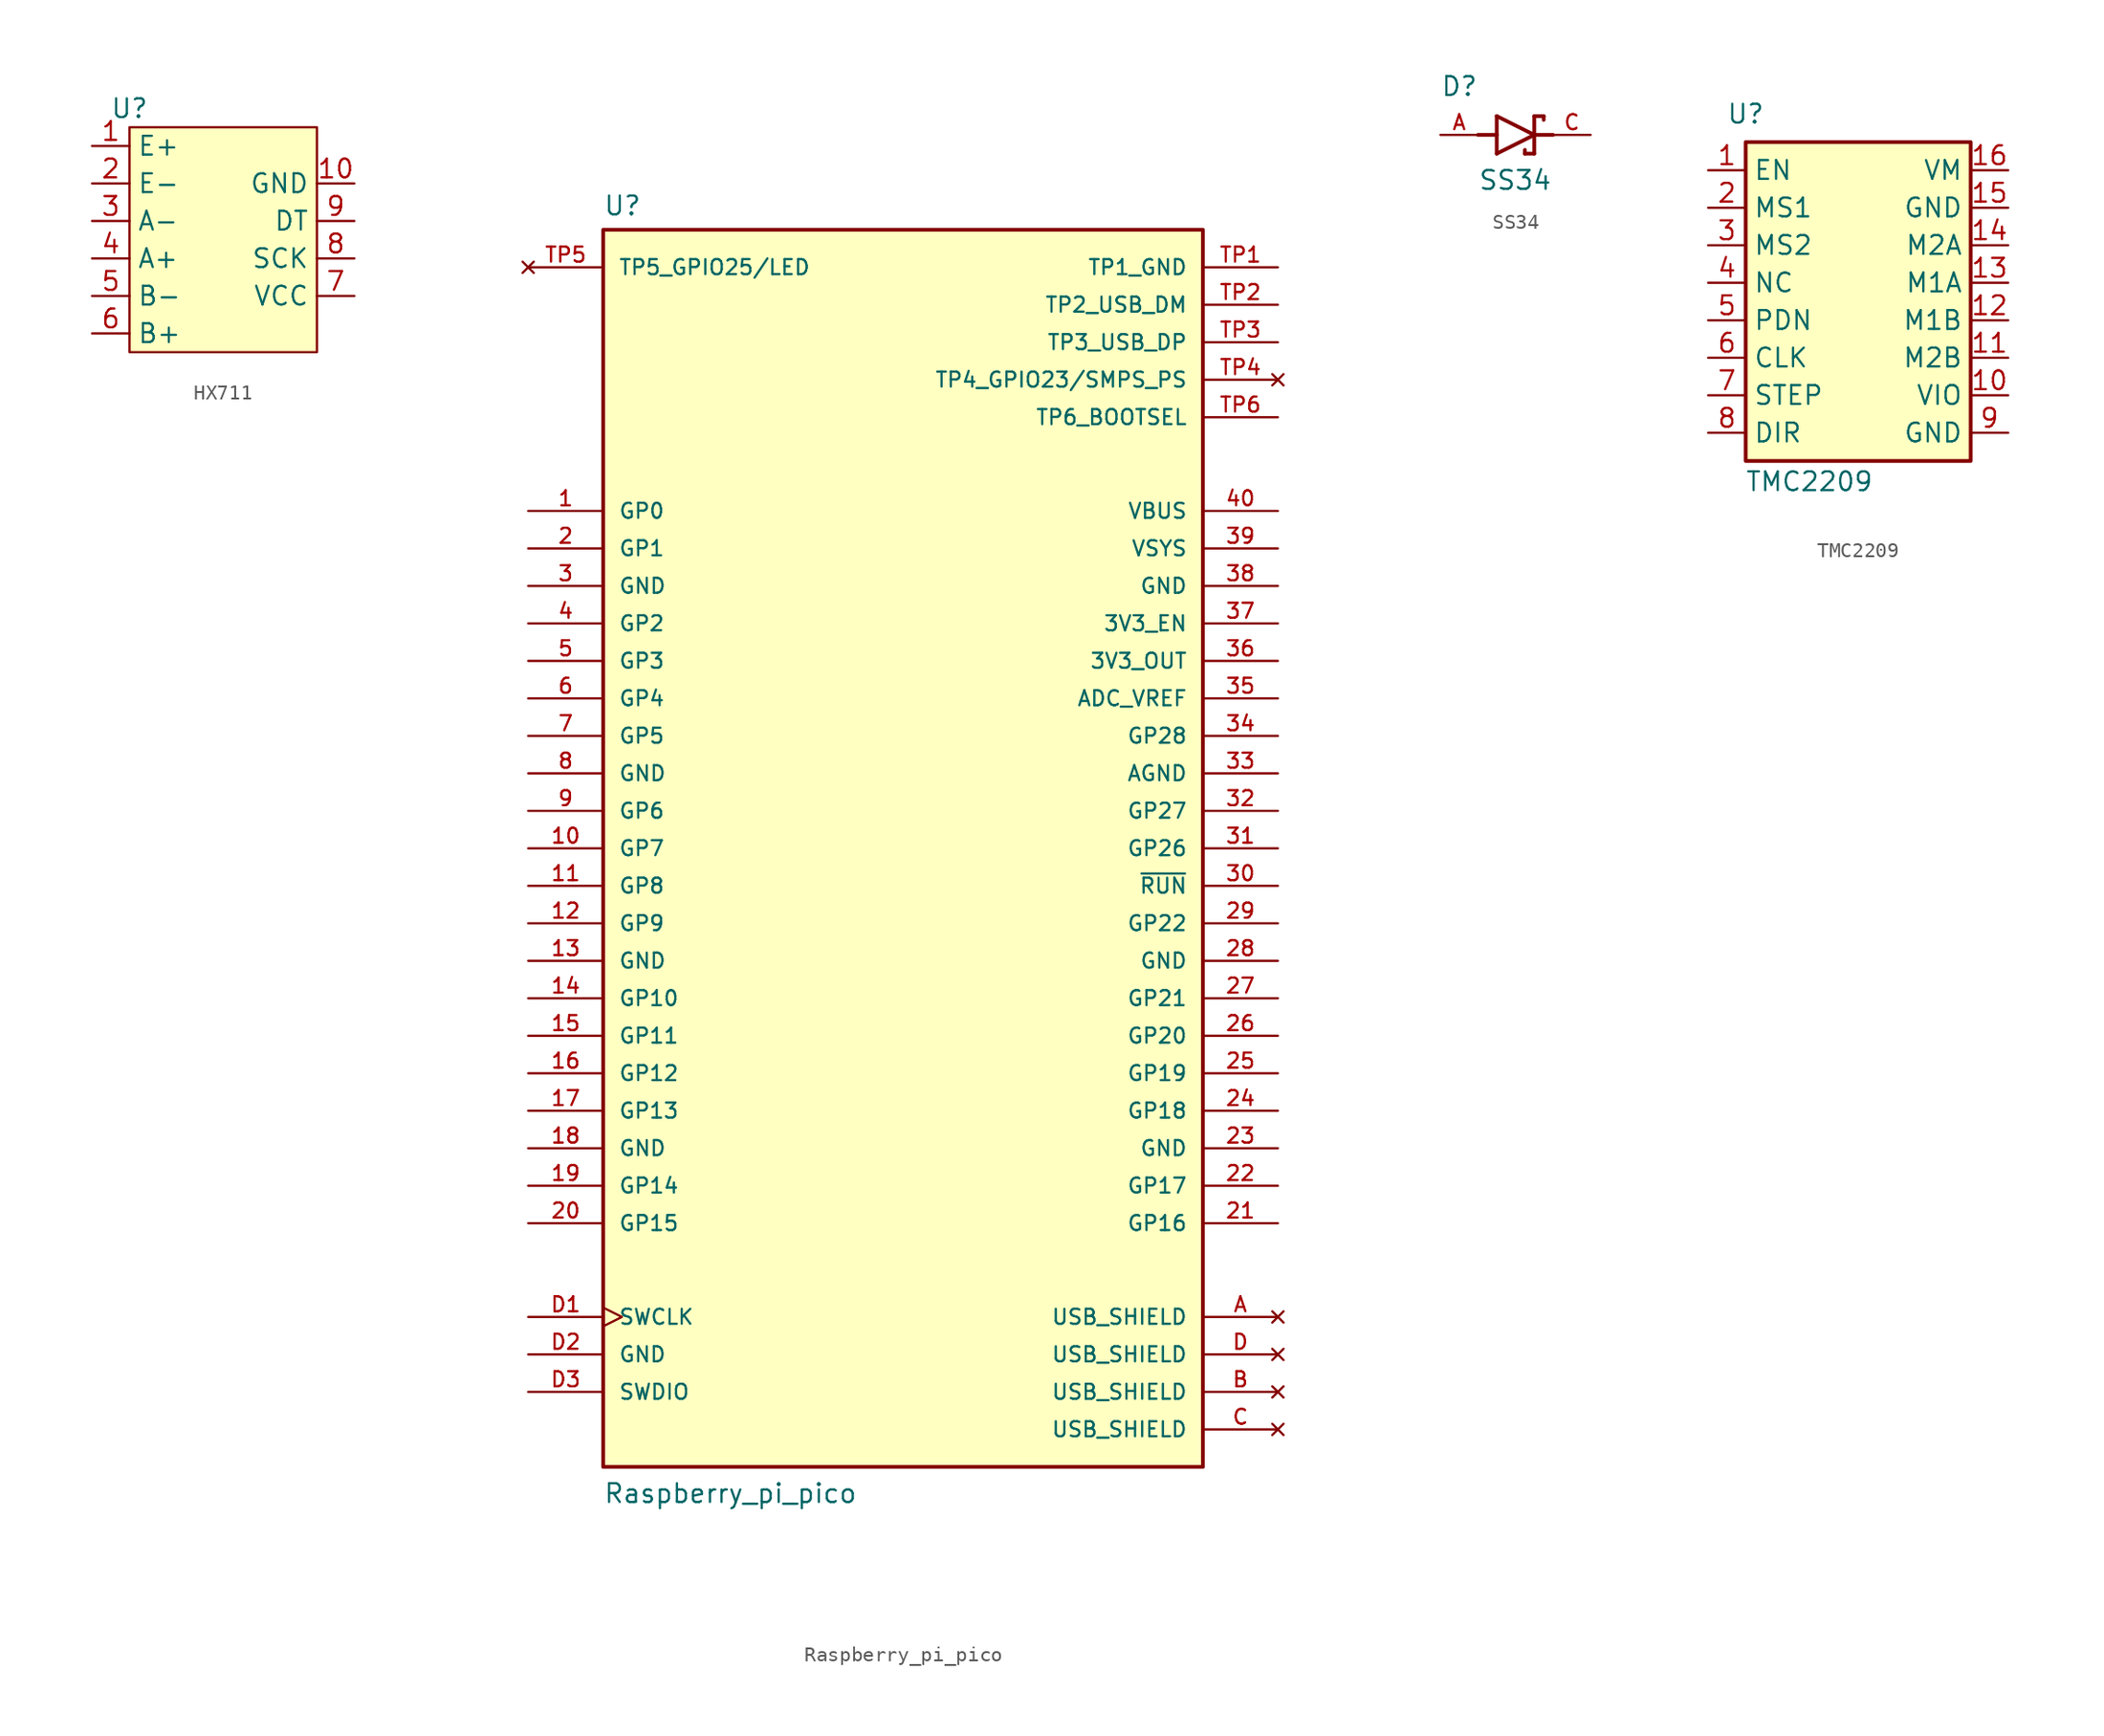
<source format=kicad_sym>
(kicad_symbol_lib
  (version 20231120)
  (generator "kicad_symbol_editor")
  (generator_version "8.0")
  (symbol "HX711"
    (property "Reference" "U"
      (at 0 -1.27 0)
      (effects (font (size 1.27 1.27))))
    (property "Value" ""
      (at 0 0 0)
      (effects (font (size 1.27 1.27))))
    (symbol "HX711_0_1"
      (rectangle (start 0 -2.54) (end 12.7 -17.78) (stroke (width 0) (type default)) (fill (type background))))
    (symbol "HX711_1_1"
      (pin bidirectional line (at -2.54 -3.81 0) (length 2.54) (name "E+" (effects (font (size 1.27 1.27)))) (number "1" (effects (font (size 1.27 1.27)))))
      (pin power_out line (at 15.24 -6.35 180) (length 2.54) (name "GND" (effects (font (size 1.27 1.27)))) (number "10" (effects (font (size 1.27 1.27)))))
      (pin bidirectional line (at -2.54 -6.35 0) (length 2.54) (name "E-" (effects (font (size 1.27 1.27)))) (number "2" (effects (font (size 1.27 1.27)))))
      (pin bidirectional line (at -2.54 -8.89 0) (length 2.54) (name "A-" (effects (font (size 1.27 1.27)))) (number "3" (effects (font (size 1.27 1.27)))))
      (pin bidirectional line (at -2.54 -11.43 0) (length 2.54) (name "A+" (effects (font (size 1.27 1.27)))) (number "4" (effects (font (size 1.27 1.27)))))
      (pin bidirectional line (at -2.54 -13.97 0) (length 2.54) (name "B-" (effects (font (size 1.27 1.27)))) (number "5" (effects (font (size 1.27 1.27)))))
      (pin bidirectional line (at -2.54 -16.51 0) (length 2.54) (name "B+" (effects (font (size 1.27 1.27)))) (number "6" (effects (font (size 1.27 1.27)))))
      (pin power_in line (at 15.24 -13.97 180) (length 2.54) (name "VCC" (effects (font (size 1.27 1.27)))) (number "7" (effects (font (size 1.27 1.27)))))
      (pin bidirectional line (at 15.24 -11.43 180) (length 2.54) (name "SCK" (effects (font (size 1.27 1.27)))) (number "8" (effects (font (size 1.27 1.27)))))
      (pin bidirectional line (at 15.24 -8.89 180) (length 2.54) (name "DT" (effects (font (size 1.27 1.27)))) (number "9" (effects (font (size 1.27 1.27)))))))
  (symbol "Raspberry_pi_pico"
    (pin_names
      (offset 1.016))
    (property "Reference" "U"
      (at -20.32 44.069 0)
      (effects (font (size 1.27 1.27)) (justify left bottom)))
    (property "Value" "Raspberry_pi_pico"
      (at -20.32 -43.18 0)
      (effects (font (size 1.27 1.27)) (justify left bottom)))
    (symbol "Raspberry_pi_pico_0_0"
      (rectangle (start -20.32 43.18) (end 20.32 -40.64) (stroke (width 0.254) (type default)) (fill (type background)))
      (pin bidirectional line (at -25.4 24.13 0) (length 5.08) (name "GP0" (effects (font (size 1.016 1.016)))) (number "1" (effects (font (size 1.016 1.016)))))
      (pin bidirectional line (at -25.4 1.27 0) (length 5.08) (name "GP7" (effects (font (size 1.016 1.016)))) (number "10" (effects (font (size 1.016 1.016)))))
      (pin bidirectional line (at -25.4 -1.27 0) (length 5.08) (name "GP8" (effects (font (size 1.016 1.016)))) (number "11" (effects (font (size 1.016 1.016)))))
      (pin bidirectional line (at -25.4 -3.81 0) (length 5.08) (name "GP9" (effects (font (size 1.016 1.016)))) (number "12" (effects (font (size 1.016 1.016)))))
      (pin power_in line (at -25.4 -6.35 0) (length 5.08) (name "GND" (effects (font (size 1.016 1.016)))) (number "13" (effects (font (size 1.016 1.016)))))
      (pin bidirectional line (at -25.4 -8.89 0) (length 5.08) (name "GP10" (effects (font (size 1.016 1.016)))) (number "14" (effects (font (size 1.016 1.016)))))
      (pin bidirectional line (at -25.4 -11.43 0) (length 5.08) (name "GP11" (effects (font (size 1.016 1.016)))) (number "15" (effects (font (size 1.016 1.016)))))
      (pin bidirectional line (at -25.4 -13.97 0) (length 5.08) (name "GP12" (effects (font (size 1.016 1.016)))) (number "16" (effects (font (size 1.016 1.016)))))
      (pin bidirectional line (at -25.4 -16.51 0) (length 5.08) (name "GP13" (effects (font (size 1.016 1.016)))) (number "17" (effects (font (size 1.016 1.016)))))
      (pin power_in line (at -25.4 -19.05 0) (length 5.08) (name "GND" (effects (font (size 1.016 1.016)))) (number "18" (effects (font (size 1.016 1.016)))))
      (pin bidirectional line (at -25.4 -21.59 0) (length 5.08) (name "GP14" (effects (font (size 1.016 1.016)))) (number "19" (effects (font (size 1.016 1.016)))))
      (pin bidirectional line (at -25.4 21.59 0) (length 5.08) (name "GP1" (effects (font (size 1.016 1.016)))) (number "2" (effects (font (size 1.016 1.016)))))
      (pin bidirectional line (at -25.4 -24.13 0) (length 5.08) (name "GP15" (effects (font (size 1.016 1.016)))) (number "20" (effects (font (size 1.016 1.016)))))
      (pin bidirectional line (at 25.4 -24.13 180) (length 5.08) (name "GP16" (effects (font (size 1.016 1.016)))) (number "21" (effects (font (size 1.016 1.016)))))
      (pin bidirectional line (at 25.4 -21.59 180) (length 5.08) (name "GP17" (effects (font (size 1.016 1.016)))) (number "22" (effects (font (size 1.016 1.016)))))
      (pin power_in line (at 25.4 -19.05 180) (length 5.08) (name "GND" (effects (font (size 1.016 1.016)))) (number "23" (effects (font (size 1.016 1.016)))))
      (pin bidirectional line (at 25.4 -16.51 180) (length 5.08) (name "GP18" (effects (font (size 1.016 1.016)))) (number "24" (effects (font (size 1.016 1.016)))))
      (pin bidirectional line (at 25.4 -13.97 180) (length 5.08) (name "GP19" (effects (font (size 1.016 1.016)))) (number "25" (effects (font (size 1.016 1.016)))))
      (pin bidirectional line (at 25.4 -11.43 180) (length 5.08) (name "GP20" (effects (font (size 1.016 1.016)))) (number "26" (effects (font (size 1.016 1.016)))))
      (pin bidirectional line (at 25.4 -8.89 180) (length 5.08) (name "GP21" (effects (font (size 1.016 1.016)))) (number "27" (effects (font (size 1.016 1.016)))))
      (pin power_in line (at 25.4 -6.35 180) (length 5.08) (name "GND" (effects (font (size 1.016 1.016)))) (number "28" (effects (font (size 1.016 1.016)))))
      (pin bidirectional line (at 25.4 -3.81 180) (length 5.08) (name "GP22" (effects (font (size 1.016 1.016)))) (number "29" (effects (font (size 1.016 1.016)))))
      (pin power_in line (at -25.4 19.05 0) (length 5.08) (name "GND" (effects (font (size 1.016 1.016)))) (number "3" (effects (font (size 1.016 1.016)))))
      (pin input line (at 25.4 -1.27 180) (length 5.08) (name "~{RUN}" (effects (font (size 1.016 1.016)))) (number "30" (effects (font (size 1.016 1.016)))))
      (pin bidirectional line (at 25.4 1.27 180) (length 5.08) (name "GP26" (effects (font (size 1.016 1.016)))) (number "31" (effects (font (size 1.016 1.016)))))
      (pin bidirectional line (at 25.4 3.81 180) (length 5.08) (name "GP27" (effects (font (size 1.016 1.016)))) (number "32" (effects (font (size 1.016 1.016)))))
      (pin power_in line (at 25.4 6.35 180) (length 5.08) (name "AGND" (effects (font (size 1.016 1.016)))) (number "33" (effects (font (size 1.016 1.016)))))
      (pin bidirectional line (at 25.4 8.89 180) (length 5.08) (name "GP28" (effects (font (size 1.016 1.016)))) (number "34" (effects (font (size 1.016 1.016)))))
      (pin power_in line (at 25.4 11.43 180) (length 5.08) (name "ADC_VREF" (effects (font (size 1.016 1.016)))) (number "35" (effects (font (size 1.016 1.016)))))
      (pin power_in line (at 25.4 13.97 180) (length 5.08) (name "3V3_OUT" (effects (font (size 1.016 1.016)))) (number "36" (effects (font (size 1.016 1.016)))))
      (pin input line (at 25.4 16.51 180) (length 5.08) (name "3V3_EN" (effects (font (size 1.016 1.016)))) (number "37" (effects (font (size 1.016 1.016)))))
      (pin power_in line (at 25.4 19.05 180) (length 5.08) (name "GND" (effects (font (size 1.016 1.016)))) (number "38" (effects (font (size 1.016 1.016)))))
      (pin power_in line (at 25.4 21.59 180) (length 5.08) (name "VSYS" (effects (font (size 1.016 1.016)))) (number "39" (effects (font (size 1.016 1.016)))))
      (pin bidirectional line (at -25.4 16.51 0) (length 5.08) (name "GP2" (effects (font (size 1.016 1.016)))) (number "4" (effects (font (size 1.016 1.016)))))
      (pin power_in line (at 25.4 24.13 180) (length 5.08) (name "VBUS" (effects (font (size 1.016 1.016)))) (number "40" (effects (font (size 1.016 1.016)))))
      (pin bidirectional line (at -25.4 13.97 0) (length 5.08) (name "GP3" (effects (font (size 1.016 1.016)))) (number "5" (effects (font (size 1.016 1.016)))))
      (pin bidirectional line (at -25.4 11.43 0) (length 5.08) (name "GP4" (effects (font (size 1.016 1.016)))) (number "6" (effects (font (size 1.016 1.016)))))
      (pin bidirectional line (at -25.4 8.89 0) (length 5.08) (name "GP5" (effects (font (size 1.016 1.016)))) (number "7" (effects (font (size 1.016 1.016)))))
      (pin power_in line (at -25.4 6.35 0) (length 5.08) (name "GND" (effects (font (size 1.016 1.016)))) (number "8" (effects (font (size 1.016 1.016)))))
      (pin bidirectional line (at -25.4 3.81 0) (length 5.08) (name "GP6" (effects (font (size 1.016 1.016)))) (number "9" (effects (font (size 1.016 1.016)))))
      (pin input clock (at -25.4 -30.48 0) (length 5.08) (name "SWCLK" (effects (font (size 1.016 1.016)))) (number "D1" (effects (font (size 1.016 1.016)))))
      (pin power_in line (at -25.4 -33.02 0) (length 5.08) (name "GND" (effects (font (size 1.016 1.016)))) (number "D2" (effects (font (size 1.016 1.016)))))
      (pin bidirectional line (at -25.4 -35.56 0) (length 5.08) (name "SWDIO" (effects (font (size 1.016 1.016)))) (number "D3" (effects (font (size 1.016 1.016)))))
      (pin power_in line (at 25.4 40.64 180) (length 5.08) (name "TP1_GND" (effects (font (size 1.016 1.016)))) (number "TP1" (effects (font (size 1.016 1.016)))))
      (pin bidirectional line (at 25.4 38.1 180) (length 5.08) (name "TP2_USB_DM" (effects (font (size 1.016 1.016)))) (number "TP2" (effects (font (size 1.016 1.016)))))
      (pin bidirectional line (at 25.4 35.56 180) (length 5.08) (name "TP3_USB_DP" (effects (font (size 1.016 1.016)))) (number "TP3" (effects (font (size 1.016 1.016)))))
      (pin no_connect line (at 25.4 33.02 180) (length 5.08) (name "TP4_GPIO23/SMPS_PS" (effects (font (size 1.016 1.016)))) (number "TP4" (effects (font (size 1.016 1.016)))))
      (pin input line (at 25.4 30.48 180) (length 5.08) (name "TP6_BOOTSEL" (effects (font (size 1.016 1.016)))) (number "TP6" (effects (font (size 1.016 1.016))))))
    (symbol "Raspberry_pi_pico_1_0"
      (pin no_connect line (at 25.4 -30.48 180) (length 5.08) (name "USB_SHIELD" (effects (font (size 1.016 1.016)))) (number "A" (effects (font (size 1.016 1.016)))))
      (pin no_connect line (at 25.4 -35.56 180) (length 5.08) (name "USB_SHIELD" (effects (font (size 1.016 1.016)))) (number "B" (effects (font (size 1.016 1.016)))))
      (pin no_connect line (at 25.4 -38.1 180) (length 5.08) (name "USB_SHIELD" (effects (font (size 1.016 1.016)))) (number "C" (effects (font (size 1.016 1.016)))))
      (pin no_connect line (at 25.4 -33.02 180) (length 5.08) (name "USB_SHIELD" (effects (font (size 1.016 1.016)))) (number "D" (effects (font (size 1.016 1.016)))))
      (pin no_connect line (at -25.4 40.64 0) (length 5.08) (name "TP5_GPIO25/LED" (effects (font (size 1.016 1.016)))) (number "TP5" (effects (font (size 1.016 1.016)))))))
  (symbol "SS34"
    (pin_names
      (offset 1.016))
    (property "Reference" "D"
      (at -5.08 2.54 0)
      (effects (font (size 1.27 1.27)) (justify left bottom)))
    (property "Value" "SS34"
      (at -2.54 -3.81 0)
      (effects (font (size 1.27 1.27)) (justify left bottom)))
    (symbol "SS34_0_0"
      (polyline (pts (xy -2.54 0) (xy -1.27 0)) (stroke (width 0.254) (type default)) (fill (type none)))
      (polyline (pts (xy -1.27 -1.27) (xy 1.27 0)) (stroke (width 0.254) (type default)) (fill (type none)))
      (polyline (pts (xy -1.27 0) (xy -1.27 -1.27)) (stroke (width 0.254) (type default)) (fill (type none)))
      (polyline (pts (xy -1.27 1.27) (xy -1.27 0)) (stroke (width 0.254) (type default)) (fill (type none)))
      (polyline (pts (xy 0.635 -1.016) (xy 0.635 -1.27)) (stroke (width 0.254) (type default)) (fill (type none)))
      (polyline (pts (xy 1.27 -1.27) (xy 0.635 -1.27)) (stroke (width 0.254) (type default)) (fill (type none)))
      (polyline (pts (xy 1.27 0) (xy -1.27 1.27)) (stroke (width 0.254) (type default)) (fill (type none)))
      (polyline (pts (xy 1.27 0) (xy 1.27 -1.27)) (stroke (width 0.254) (type default)) (fill (type none)))
      (polyline (pts (xy 1.27 1.27) (xy 1.27 0)) (stroke (width 0.254) (type default)) (fill (type none)))
      (polyline (pts (xy 1.905 1.27) (xy 1.27 1.27)) (stroke (width 0.254) (type default)) (fill (type none)))
      (polyline (pts (xy 1.905 1.27) (xy 1.905 1.016)) (stroke (width 0.254) (type default)) (fill (type none)))
      (polyline (pts (xy 2.54 0) (xy 1.27 0)) (stroke (width 0.254) (type default)) (fill (type none)))
      (pin passive line (at -5.08 0 0) (length 2.54) (name "~" (effects (font (size 1.016 1.016)))) (number "A" (effects (font (size 1.016 1.016)))))
      (pin passive line (at 5.08 0 180) (length 2.54) (name "~" (effects (font (size 1.016 1.016)))) (number "C" (effects (font (size 1.016 1.016)))))))
  (symbol "TMC2209"
    (property "Reference" "U"
      (at 0 0 0)
      (effects (font (size 1.27 1.27))))
    (property "Value" "TMC2209"
      (at 4.318 -24.892 0)
      (effects (font (size 1.27 1.27))))
    (symbol "TMC2209_0_1"
      (rectangle (start 0 -1.905) (end 15.24 -23.495) (stroke (width 0.254) (type default)) (fill (type background))))
    (symbol "TMC2209_1_1"
      (pin input line (at -2.54 -3.81 0) (length 2.54) (name "EN" (effects (font (size 1.27 1.27)))) (number "1" (effects (font (size 1.27 1.27)))))
      (pin input line (at 17.78 -19.05 180) (length 2.54) (name "VIO" (effects (font (size 1.27 1.27)))) (number "10" (effects (font (size 1.27 1.27)))))
      (pin bidirectional line (at 17.78 -16.51 180) (length 2.54) (name "M2B" (effects (font (size 1.27 1.27)))) (number "11" (effects (font (size 1.27 1.27)))))
      (pin bidirectional line (at 17.78 -13.97 180) (length 2.54) (name "M1B" (effects (font (size 1.27 1.27)))) (number "12" (effects (font (size 1.27 1.27)))))
      (pin bidirectional line (at 17.78 -11.43 180) (length 2.54) (name "M1A" (effects (font (size 1.27 1.27)))) (number "13" (effects (font (size 1.27 1.27)))))
      (pin bidirectional line (at 17.78 -8.89 180) (length 2.54) (name "M2A" (effects (font (size 1.27 1.27)))) (number "14" (effects (font (size 1.27 1.27)))))
      (pin output line (at 17.78 -6.35 180) (length 2.54) (name "GND" (effects (font (size 1.27 1.27)))) (number "15" (effects (font (size 1.27 1.27)))))
      (pin input line (at 17.78 -3.81 180) (length 2.54) (name "VM" (effects (font (size 1.27 1.27)))) (number "16" (effects (font (size 1.27 1.27)))))
      (pin bidirectional line (at -2.54 -6.35 0) (length 2.54) (name "MS1" (effects (font (size 1.27 1.27)))) (number "2" (effects (font (size 1.27 1.27)))))
      (pin bidirectional line (at -2.54 -8.89 0) (length 2.54) (name "MS2" (effects (font (size 1.27 1.27)))) (number "3" (effects (font (size 1.27 1.27)))))
      (pin bidirectional line (at -2.54 -11.43 0) (length 2.54) (name "NC" (effects (font (size 1.27 1.27)))) (number "4" (effects (font (size 1.27 1.27)))))
      (pin bidirectional line (at -2.54 -13.97 0) (length 2.54) (name "PDN" (effects (font (size 1.27 1.27)))) (number "5" (effects (font (size 1.27 1.27)))))
      (pin bidirectional line (at -2.54 -16.51 0) (length 2.54) (name "CLK" (effects (font (size 1.27 1.27)))) (number "6" (effects (font (size 1.27 1.27)))))
      (pin bidirectional line (at -2.54 -19.05 0) (length 2.54) (name "STEP" (effects (font (size 1.27 1.27)))) (number "7" (effects (font (size 1.27 1.27)))))
      (pin bidirectional line (at -2.54 -21.59 0) (length 2.54) (name "DIR" (effects (font (size 1.27 1.27)))) (number "8" (effects (font (size 1.27 1.27)))))
      (pin output line (at 17.78 -21.59 180) (length 2.54) (name "GND" (effects (font (size 1.27 1.27)))) (number "9" (effects (font (size 1.27 1.27))))))))
</source>
